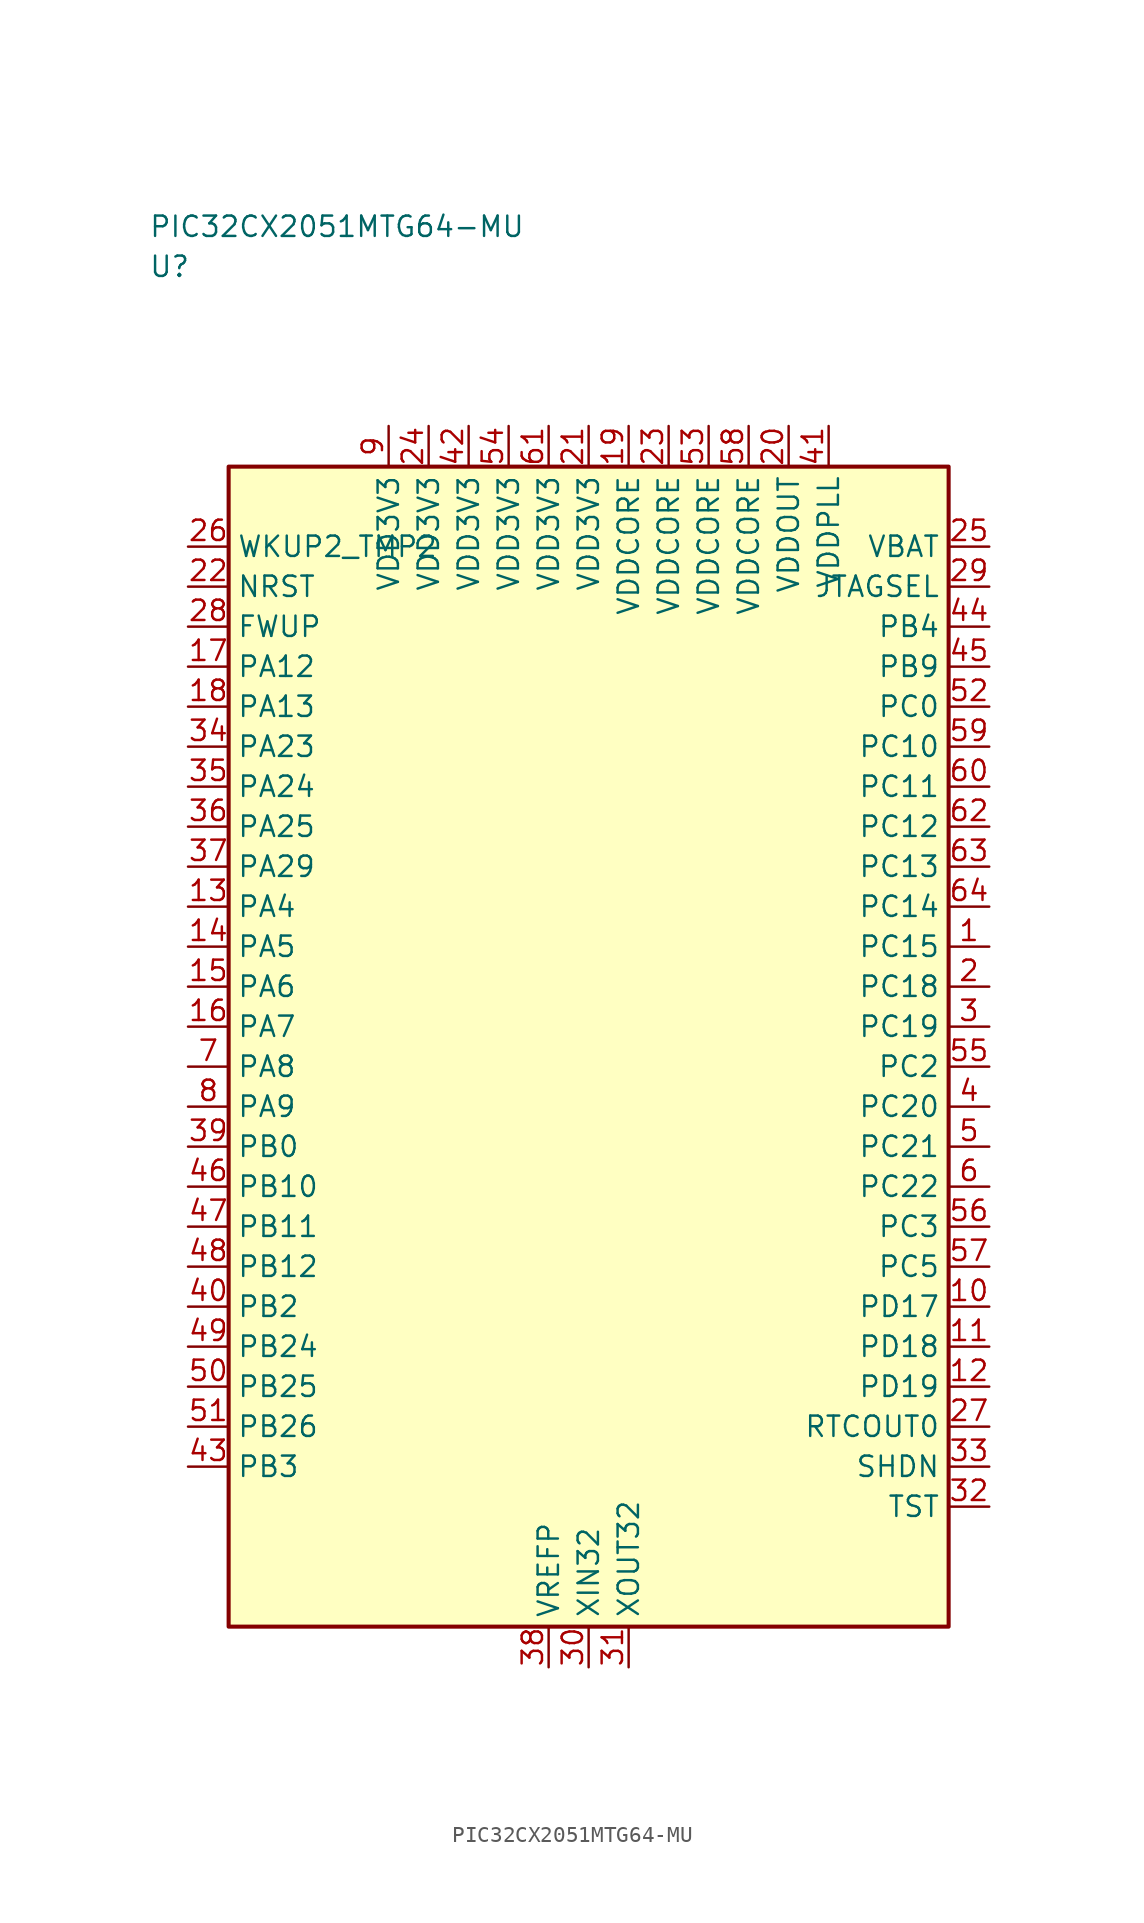
<source format=kicad_sym>
(kicad_symbol_lib
  (version 20241025)
  (generator "kicad_symbol_editor")
  (generator_version "8.0")
  (symbol "PIC32CX2051MTG64-MU"
    (property "Reference" "U"
      (at -27.5 48.75 0)
      (effects (font (size 1.27 1.27)) (justify left)))
    (property "Value" "PIC32CX2051MTG64-MU"
      (at -27.5 51.25 0)
      (effects (font (size 1.27 1.27)) (justify left)))
    (symbol "PIC32CX2051MTG64-MU_0_1"
      (rectangle (start -22.5 36.25) (end 22.5 -36.25) (stroke (width 0.254) (type default)) (fill (type background))))
    (symbol "PIC32CX2051MTG64-MU_1_1"
      (pin bidirectional line (at -25.04 8.75 0.0) (length 2.54) (name "PA4" (effects (font (size 1.27 1.27)))) (number "13" (effects (font (size 1.27 1.27)))))
      (pin bidirectional line (at -25.04 6.25 0.0) (length 2.54) (name "PA5" (effects (font (size 1.27 1.27)))) (number "14" (effects (font (size 1.27 1.27)))))
      (pin bidirectional line (at -25.04 3.75 0.0) (length 2.54) (name "PA6" (effects (font (size 1.27 1.27)))) (number "15" (effects (font (size 1.27 1.27)))))
      (pin bidirectional line (at -25.04 1.25 0.0) (length 2.54) (name "PA7" (effects (font (size 1.27 1.27)))) (number "16" (effects (font (size 1.27 1.27)))))
      (pin bidirectional line (at -25.04 -1.25 0.0) (length 2.54) (name "PA8" (effects (font (size 1.27 1.27)))) (number "7" (effects (font (size 1.27 1.27)))))
      (pin bidirectional line (at -25.04 -3.75 0.0) (length 2.54) (name "PA9" (effects (font (size 1.27 1.27)))) (number "8" (effects (font (size 1.27 1.27)))))
      (pin bidirectional line (at -25.04 23.75 0.0) (length 2.54) (name "PA12" (effects (font (size 1.27 1.27)))) (number "17" (effects (font (size 1.27 1.27)))))
      (pin bidirectional line (at -25.04 21.25 0.0) (length 2.54) (name "PA13" (effects (font (size 1.27 1.27)))) (number "18" (effects (font (size 1.27 1.27)))))
      (pin bidirectional line (at -25.04 18.75 0.0) (length 2.54) (name "PA23" (effects (font (size 1.27 1.27)))) (number "34" (effects (font (size 1.27 1.27)))))
      (pin bidirectional line (at -25.04 16.25 0.0) (length 2.54) (name "PA24" (effects (font (size 1.27 1.27)))) (number "35" (effects (font (size 1.27 1.27)))))
      (pin bidirectional line (at -25.04 13.75 0.0) (length 2.54) (name "PA25" (effects (font (size 1.27 1.27)))) (number "36" (effects (font (size 1.27 1.27)))))
      (pin bidirectional line (at -25.04 11.25 0.0) (length 2.54) (name "PA29" (effects (font (size 1.27 1.27)))) (number "37" (effects (font (size 1.27 1.27)))))
      (pin bidirectional line (at -25.04 -6.25 0.0) (length 2.54) (name "PB0" (effects (font (size 1.27 1.27)))) (number "39" (effects (font (size 1.27 1.27)))))
      (pin bidirectional line (at -25.04 -16.25 0.0) (length 2.54) (name "PB2" (effects (font (size 1.27 1.27)))) (number "40" (effects (font (size 1.27 1.27)))))
      (pin bidirectional line (at -25.04 -26.25 0.0) (length 2.54) (name "PB3" (effects (font (size 1.27 1.27)))) (number "43" (effects (font (size 1.27 1.27)))))
      (pin bidirectional line (at 25.04 26.25 180.0) (length 2.54) (name "PB4" (effects (font (size 1.27 1.27)))) (number "44" (effects (font (size 1.27 1.27)))))
      (pin bidirectional line (at 25.04 23.75 180.0) (length 2.54) (name "PB9" (effects (font (size 1.27 1.27)))) (number "45" (effects (font (size 1.27 1.27)))))
      (pin bidirectional line (at -25.04 -8.75 0.0) (length 2.54) (name "PB10" (effects (font (size 1.27 1.27)))) (number "46" (effects (font (size 1.27 1.27)))))
      (pin bidirectional line (at -25.04 -11.25 0.0) (length 2.54) (name "PB11" (effects (font (size 1.27 1.27)))) (number "47" (effects (font (size 1.27 1.27)))))
      (pin bidirectional line (at -25.04 -13.75 0.0) (length 2.54) (name "PB12" (effects (font (size 1.27 1.27)))) (number "48" (effects (font (size 1.27 1.27)))))
      (pin bidirectional line (at -25.04 -18.75 0.0) (length 2.54) (name "PB24" (effects (font (size 1.27 1.27)))) (number "49" (effects (font (size 1.27 1.27)))))
      (pin bidirectional line (at -25.04 -21.25 0.0) (length 2.54) (name "PB25" (effects (font (size 1.27 1.27)))) (number "50" (effects (font (size 1.27 1.27)))))
      (pin bidirectional line (at -25.04 -23.75 0.0) (length 2.54) (name "PB26" (effects (font (size 1.27 1.27)))) (number "51" (effects (font (size 1.27 1.27)))))
      (pin bidirectional line (at 25.04 21.25 180.0) (length 2.54) (name "PC0" (effects (font (size 1.27 1.27)))) (number "52" (effects (font (size 1.27 1.27)))))
      (pin bidirectional line (at 25.04 -1.25 180.0) (length 2.54) (name "PC2" (effects (font (size 1.27 1.27)))) (number "55" (effects (font (size 1.27 1.27)))))
      (pin bidirectional line (at 25.04 -11.25 180.0) (length 2.54) (name "PC3" (effects (font (size 1.27 1.27)))) (number "56" (effects (font (size 1.27 1.27)))))
      (pin bidirectional line (at 25.04 -13.75 180.0) (length 2.54) (name "PC5" (effects (font (size 1.27 1.27)))) (number "57" (effects (font (size 1.27 1.27)))))
      (pin bidirectional line (at 25.04 18.75 180.0) (length 2.54) (name "PC10" (effects (font (size 1.27 1.27)))) (number "59" (effects (font (size 1.27 1.27)))))
      (pin bidirectional line (at 25.04 16.25 180.0) (length 2.54) (name "PC11" (effects (font (size 1.27 1.27)))) (number "60" (effects (font (size 1.27 1.27)))))
      (pin bidirectional line (at 25.04 13.75 180.0) (length 2.54) (name "PC12" (effects (font (size 1.27 1.27)))) (number "62" (effects (font (size 1.27 1.27)))))
      (pin bidirectional line (at 25.04 11.25 180.0) (length 2.54) (name "PC13" (effects (font (size 1.27 1.27)))) (number "63" (effects (font (size 1.27 1.27)))))
      (pin bidirectional line (at 25.04 8.75 180.0) (length 2.54) (name "PC14" (effects (font (size 1.27 1.27)))) (number "64" (effects (font (size 1.27 1.27)))))
      (pin bidirectional line (at 25.04 6.25 180.0) (length 2.54) (name "PC15" (effects (font (size 1.27 1.27)))) (number "1" (effects (font (size 1.27 1.27)))))
      (pin bidirectional line (at 25.04 3.75 180.0) (length 2.54) (name "PC18" (effects (font (size 1.27 1.27)))) (number "2" (effects (font (size 1.27 1.27)))))
      (pin bidirectional line (at 25.04 1.25 180.0) (length 2.54) (name "PC19" (effects (font (size 1.27 1.27)))) (number "3" (effects (font (size 1.27 1.27)))))
      (pin bidirectional line (at 25.04 -3.75 180.0) (length 2.54) (name "PC20" (effects (font (size 1.27 1.27)))) (number "4" (effects (font (size 1.27 1.27)))))
      (pin bidirectional line (at 25.04 -6.25 180.0) (length 2.54) (name "PC21" (effects (font (size 1.27 1.27)))) (number "5" (effects (font (size 1.27 1.27)))))
      (pin bidirectional line (at 25.04 -8.75 180.0) (length 2.54) (name "PC22" (effects (font (size 1.27 1.27)))) (number "6" (effects (font (size 1.27 1.27)))))
      (pin bidirectional line (at 25.04 -16.25 180.0) (length 2.54) (name "PD17" (effects (font (size 1.27 1.27)))) (number "10" (effects (font (size 1.27 1.27)))))
      (pin bidirectional line (at 25.04 -18.75 180.0) (length 2.54) (name "PD18" (effects (font (size 1.27 1.27)))) (number "11" (effects (font (size 1.27 1.27)))))
      (pin bidirectional line (at 25.04 -21.25 180.0) (length 2.54) (name "PD19" (effects (font (size 1.27 1.27)))) (number "12" (effects (font (size 1.27 1.27)))))
      (pin input line (at -25.04 28.75 0.0) (length 2.54) (name "NRST" (effects (font (size 1.27 1.27)))) (number "22" (effects (font (size 1.27 1.27)))))
      (pin bidirectional line (at -25.04 26.25 0.0) (length 2.54) (name "FWUP" (effects (font (size 1.27 1.27)))) (number "28" (effects (font (size 1.27 1.27)))))
      (pin output line (at 25.04 28.75 180.0) (length 2.54) (name "JTAGSEL" (effects (font (size 1.27 1.27)))) (number "29" (effects (font (size 1.27 1.27)))))
      (pin bidirectional line (at 25.04 -26.25 180.0) (length 2.54) (name "SHDN" (effects (font (size 1.27 1.27)))) (number "33" (effects (font (size 1.27 1.27)))))
      (pin bidirectional line (at 25.04 -28.75 180.0) (length 2.54) (name "TST" (effects (font (size 1.27 1.27)))) (number "32" (effects (font (size 1.27 1.27)))))
      (pin bidirectional line (at 25.04 -23.75 180.0) (length 2.54) (name "RTCOUT0" (effects (font (size 1.27 1.27)))) (number "27" (effects (font (size 1.27 1.27)))))
      (pin input line (at -25.04 31.25 0.0) (length 2.54) (name "WKUP2_TMP2" (effects (font (size 1.27 1.27)))) (number "26" (effects (font (size 1.27 1.27)))))
      (pin passive line (at 2.5 -38.79 90.0) (length 2.54) (name "XOUT32" (effects (font (size 1.27 1.27)))) (number "31" (effects (font (size 1.27 1.27)))))
      (pin passive line (at 0.0 -38.79 90.0) (length 2.54) (name "XIN32" (effects (font (size 1.27 1.27)))) (number "30" (effects (font (size 1.27 1.27)))))
      (pin power_in line (at -12.5 38.79 270.0) (length 2.54) (name "VDD3V3" (effects (font (size 1.27 1.27)))) (number "9" (effects (font (size 1.27 1.27)))))
      (pin output line (at 25.04 31.25 180.0) (length 2.54) (name "VBAT" (effects (font (size 1.27 1.27)))) (number "25" (effects (font (size 1.27 1.27)))))
      (pin power_in line (at -10.0 38.79 270.0) (length 2.54) (name "VDD3V3" (effects (font (size 1.27 1.27)))) (number "24" (effects (font (size 1.27 1.27)))))
      (pin power_in line (at -7.5 38.79 270.0) (length 2.54) (name "VDD3V3" (effects (font (size 1.27 1.27)))) (number "42" (effects (font (size 1.27 1.27)))))
      (pin power_in line (at -5.0 38.79 270.0) (length 2.54) (name "VDD3V3" (effects (font (size 1.27 1.27)))) (number "54" (effects (font (size 1.27 1.27)))))
      (pin power_in line (at -2.5 38.79 270.0) (length 2.54) (name "VDD3V3" (effects (font (size 1.27 1.27)))) (number "61" (effects (font (size 1.27 1.27)))))
      (pin power_in line (at 2.5 38.79 270.0) (length 2.54) (name "VDDCORE" (effects (font (size 1.27 1.27)))) (number "19" (effects (font (size 1.27 1.27)))))
      (pin power_in line (at 5.0 38.79 270.0) (length 2.54) (name "VDDCORE" (effects (font (size 1.27 1.27)))) (number "23" (effects (font (size 1.27 1.27)))))
      (pin power_in line (at 7.5 38.79 270.0) (length 2.54) (name "VDDCORE" (effects (font (size 1.27 1.27)))) (number "53" (effects (font (size 1.27 1.27)))))
      (pin power_in line (at 10.0 38.79 270.0) (length 2.54) (name "VDDCORE" (effects (font (size 1.27 1.27)))) (number "58" (effects (font (size 1.27 1.27)))))
      (pin power_in line (at 15.0 38.79 270.0) (length 2.54) (name "VDDPLL" (effects (font (size 1.27 1.27)))) (number "41" (effects (font (size 1.27 1.27)))))
      (pin power_in line (at 12.5 38.79 270.0) (length 2.54) (name "VDDOUT" (effects (font (size 1.27 1.27)))) (number "20" (effects (font (size 1.27 1.27)))))
      (pin power_in line (at 0.0 38.79 270.0) (length 2.54) (name "VDD3V3" (effects (font (size 1.27 1.27)))) (number "21" (effects (font (size 1.27 1.27)))))
      (pin passive line (at -2.5 -38.79 90.0) (length 2.54) (name "VREFP" (effects (font (size 1.27 1.27)))) (number "38" (effects (font (size 1.27 1.27))))))))
</source>
